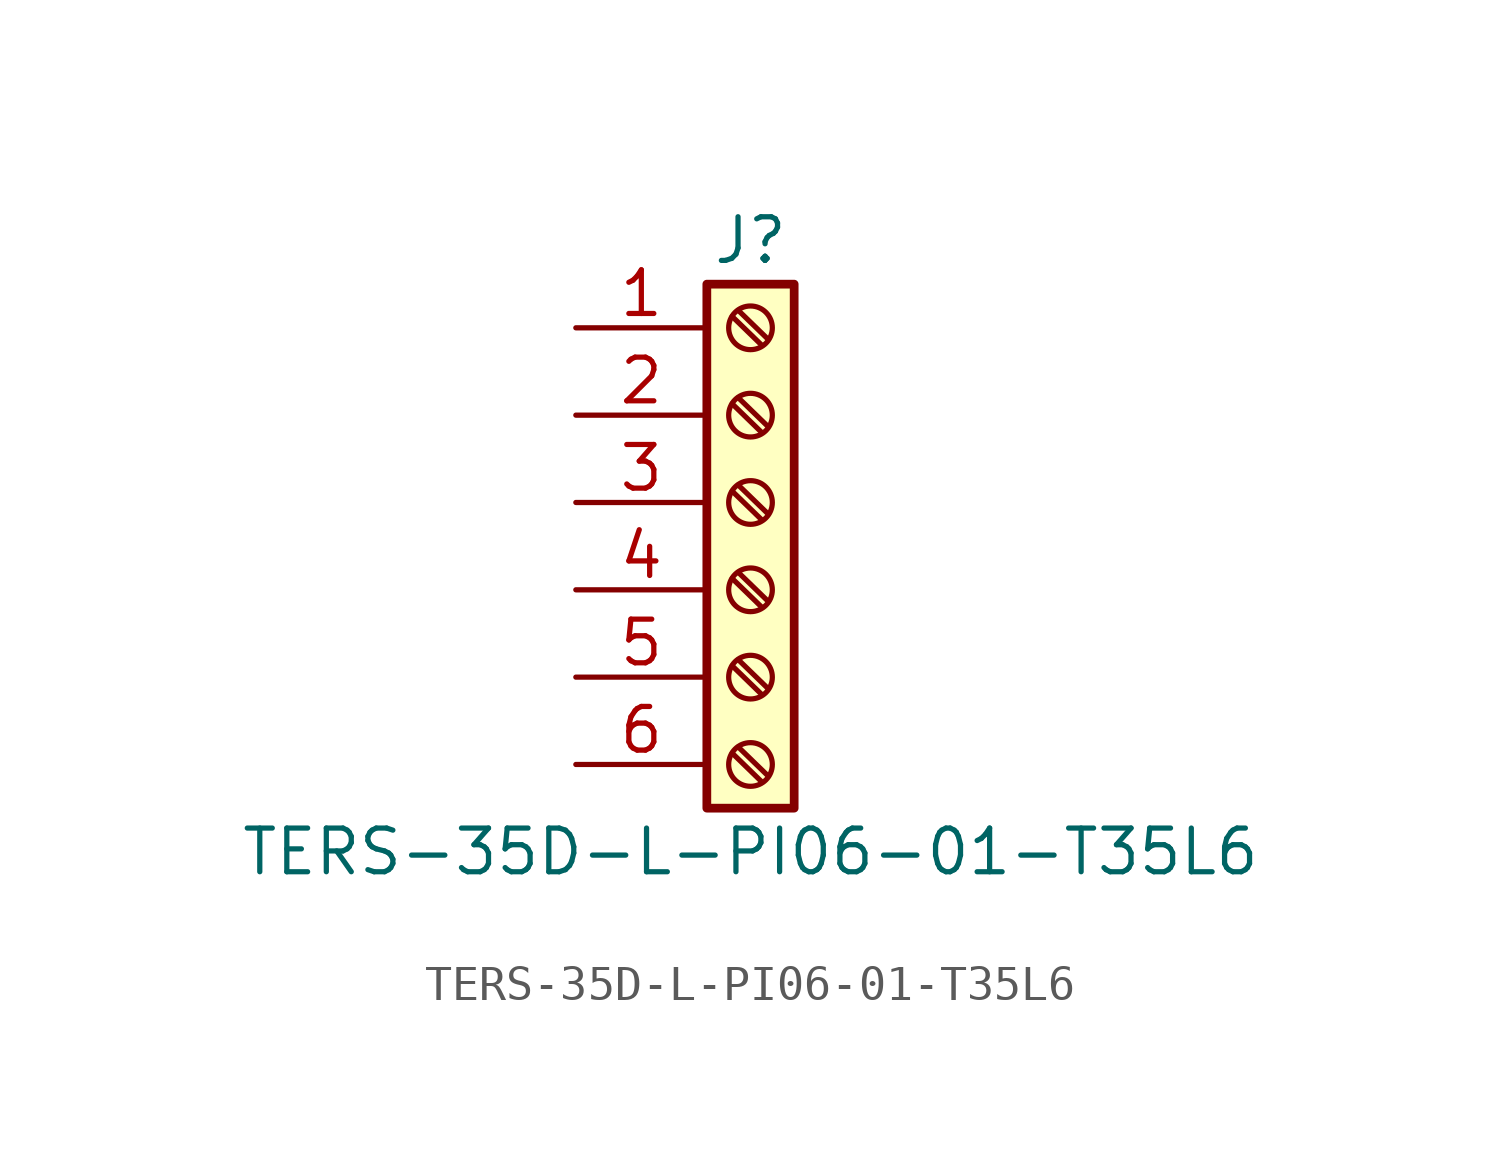
<source format=kicad_sym>
(kicad_symbol_lib
  (version 20211014)
  (generator kicad_symbol_editor)
  (symbol "TERS-35D-L-PI06-01-T35L6"
    (pin_names
      (offset 1.016) hide)
    (property "Reference" "J"
      (at 0 7.62 0)
      (effects (font (size 1.27 1.27))))
    (property "Value" "TERS-35D-L-PI06-01-T35L6"
      (at 0 -10.16 0)
      (effects (font (size 1.27 1.27))))
    (symbol "TERS-35D-L-PI06-01-T35L6_1_1"
      (rectangle (start -1.27 6.35) (end 1.27 -8.89) (stroke (width 0.254) (type default) (color 0 0 0 0)) (fill (type background)))
      (circle (center 0 -7.62) (radius 0.635) (stroke (width 0.152) (type default) (color 0 0 0 0)) (fill (type none)))
      (circle (center 0 -5.08) (radius 0.635) (stroke (width 0.152) (type default) (color 0 0 0 0)) (fill (type none)))
      (circle (center 0 -2.54) (radius 0.635) (stroke (width 0.152) (type default) (color 0 0 0 0)) (fill (type none)))
      (polyline (pts (xy -0.533 -7.29) (xy 0.33 -8.128)) (stroke (width 0.152) (type default) (color 0 0 0 0)) (fill (type none)))
      (polyline (pts (xy -0.533 -4.75) (xy 0.33 -5.588)) (stroke (width 0.152) (type default) (color 0 0 0 0)) (fill (type none)))
      (polyline (pts (xy -0.533 -2.21) (xy 0.33 -3.048)) (stroke (width 0.152) (type default) (color 0 0 0 0)) (fill (type none)))
      (polyline (pts (xy -0.533 0.33) (xy 0.33 -0.508)) (stroke (width 0.152) (type default) (color 0 0 0 0)) (fill (type none)))
      (polyline (pts (xy -0.533 2.87) (xy 0.33 2.032)) (stroke (width 0.152) (type default) (color 0 0 0 0)) (fill (type none)))
      (polyline (pts (xy -0.533 5.41) (xy 0.33 4.572)) (stroke (width 0.152) (type default) (color 0 0 0 0)) (fill (type none)))
      (polyline (pts (xy -0.356 -7.112) (xy 0.508 -7.95)) (stroke (width 0.152) (type default) (color 0 0 0 0)) (fill (type none)))
      (polyline (pts (xy -0.356 -4.572) (xy 0.508 -5.41)) (stroke (width 0.152) (type default) (color 0 0 0 0)) (fill (type none)))
      (polyline (pts (xy -0.356 -2.032) (xy 0.508 -2.87)) (stroke (width 0.152) (type default) (color 0 0 0 0)) (fill (type none)))
      (polyline (pts (xy -0.356 0.508) (xy 0.508 -0.33)) (stroke (width 0.152) (type default) (color 0 0 0 0)) (fill (type none)))
      (polyline (pts (xy -0.356 3.048) (xy 0.508 2.21)) (stroke (width 0.152) (type default) (color 0 0 0 0)) (fill (type none)))
      (polyline (pts (xy -0.356 5.588) (xy 0.508 4.75)) (stroke (width 0.152) (type default) (color 0 0 0 0)) (fill (type none)))
      (circle (center 0 0) (radius 0.635) (stroke (width 0.152) (type default) (color 0 0 0 0)) (fill (type none)))
      (circle (center 0 2.54) (radius 0.635) (stroke (width 0.152) (type default) (color 0 0 0 0)) (fill (type none)))
      (circle (center 0 5.08) (radius 0.635) (stroke (width 0.152) (type default) (color 0 0 0 0)) (fill (type none)))
      (pin passive line (at -5.08 5.08 0) (length 3.81) (name "Pin_1" (effects (font (size 1.27 1.27)))) (number "1" (effects (font (size 1.27 1.27)))))
      (pin passive line (at -5.08 2.54 0) (length 3.81) (name "Pin_2" (effects (font (size 1.27 1.27)))) (number "2" (effects (font (size 1.27 1.27)))))
      (pin passive line (at -5.08 0 0) (length 3.81) (name "Pin_3" (effects (font (size 1.27 1.27)))) (number "3" (effects (font (size 1.27 1.27)))))
      (pin passive line (at -5.08 -2.54 0) (length 3.81) (name "Pin_4" (effects (font (size 1.27 1.27)))) (number "4" (effects (font (size 1.27 1.27)))))
      (pin passive line (at -5.08 -5.08 0) (length 3.81) (name "Pin_5" (effects (font (size 1.27 1.27)))) (number "5" (effects (font (size 1.27 1.27)))))
      (pin passive line (at -5.08 -7.62 0) (length 3.81) (name "Pin_6" (effects (font (size 1.27 1.27)))) (number "6" (effects (font (size 1.27 1.27))))))))
</source>
